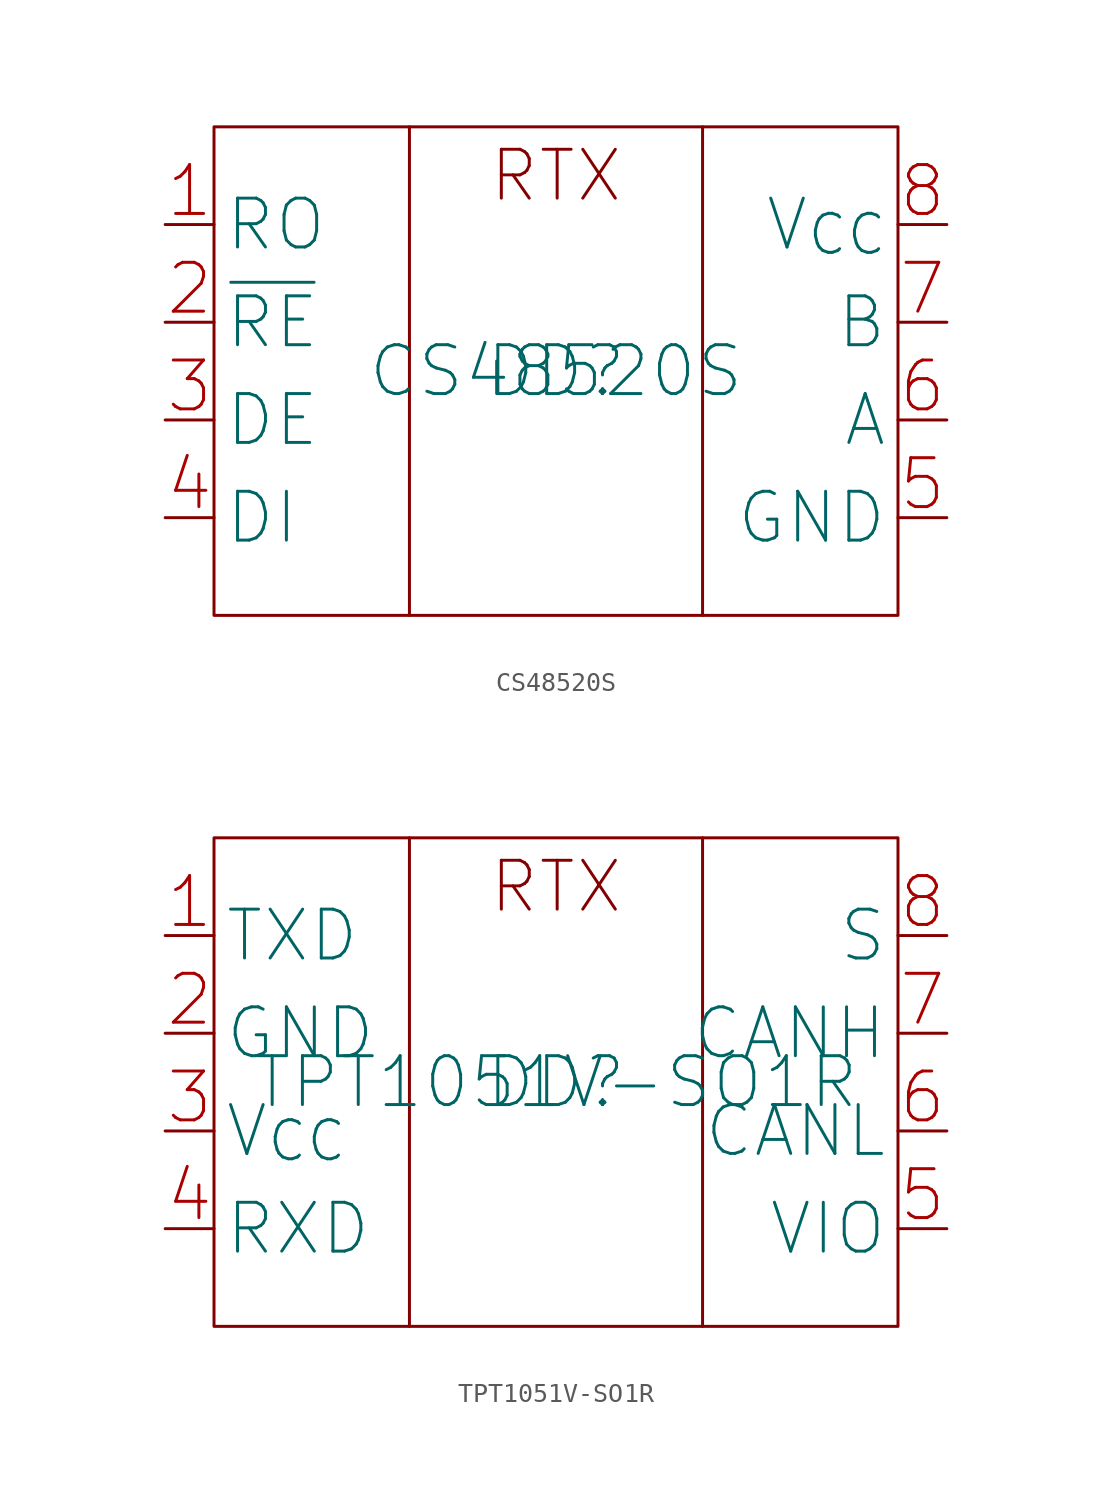
<source format=kicad_sym>
(kicad_symbol_lib
  (version 20220914)
  (generator kicad_symbol_editor)
  (symbol "CS48520S"
    (property "Reference" "DD"
      (at 0 0 0)
      (effects (font (size 2.5 2.5))))
    (property "Value" "CS48520S"
      (at 0 0 0)
      (effects (font (size 2.5 2.5))))
    (symbol "CS48520S_0_1"
      (rectangle (start -17.5 12.5) (end 17.5 -12.5) (stroke (width 0) (type default)) (fill (type none)))
      (polyline (pts (xy -7.5 12.5) (xy -7.5 -12.5)) (stroke (width 0) (type default)) (fill (type none)))
      (polyline (pts (xy 7.5 12.5) (xy 7.5 -12.5)) (stroke (width 0) (type default)) (fill (type none))))
    (symbol "CS48520S_1_1"
      (text "RTX" (at 0 10 0) (effects (font (size 2.5 2.5))))
      (pin input line (at -20 7.5 0) (length 2.5) (name "RO" (effects (font (size 2.5 2.5)))) (number "1" (effects (font (size 2.5 2.5)))))
      (pin input line (at -20 2.5 0) (length 2.5) (name "~{RE}" (effects (font (size 2.5 2.5)))) (number "2" (effects (font (size 2.5 2.5)))))
      (pin input line (at -20 -2.5 0) (length 2.5) (name "DE" (effects (font (size 2.5 2.5)))) (number "3" (effects (font (size 2.5 2.5)))))
      (pin input line (at -20 -7.5 0) (length 2.5) (name "DI" (effects (font (size 2.5 2.5)))) (number "4" (effects (font (size 2.5 2.5)))))
      (pin input line (at 20 -7.5 180) (length 2.5) (name "GND" (effects (font (size 2.5 2.5)))) (number "5" (effects (font (size 2.5 2.5)))))
      (pin input line (at 20 -2.5 180) (length 2.5) (name "A" (effects (font (size 2.5 2.5)))) (number "6" (effects (font (size 2.5 2.5)))))
      (pin input line (at 20 2.5 180) (length 2.5) (name "B" (effects (font (size 2.5 2.5)))) (number "7" (effects (font (size 2.5 2.5)))))
      (pin input line (at 20 7.5 180) (length 2.5) (name "V_{CC}" (effects (font (size 2.5 2.5)))) (number "8" (effects (font (size 2.5 2.5)))))))
  (symbol "TPT1051V-SO1R"
    (property "Reference" "DD"
      (at 0 0 0)
      (effects (font (size 2.5 2.5))))
    (property "Value" "TPT1051V-SO1R"
      (at 0 0 0)
      (effects (font (size 2.5 2.5))))
    (symbol "TPT1051V-SO1R_0_1"
      (rectangle (start -17.5 12.5) (end 17.5 -12.5) (stroke (width 0) (type default)) (fill (type none)))
      (polyline (pts (xy -7.5 12.5) (xy -7.5 -12.5)) (stroke (width 0) (type default)) (fill (type none)))
      (polyline (pts (xy 7.5 12.5) (xy 7.5 -12.5)) (stroke (width 0) (type default)) (fill (type none))))
    (symbol "TPT1051V-SO1R_1_1"
      (text "RTX" (at 0 10 0) (effects (font (size 2.5 2.5))))
      (pin input line (at -20 7.5 0) (length 2.5) (name "TXD" (effects (font (size 2.5 2.5)))) (number "1" (effects (font (size 2.5 2.5)))))
      (pin input line (at -20 2.5 0) (length 2.5) (name "GND" (effects (font (size 2.5 2.5)))) (number "2" (effects (font (size 2.5 2.5)))))
      (pin input line (at -20 -2.5 0) (length 2.5) (name "V_{CC}" (effects (font (size 2.5 2.5)))) (number "3" (effects (font (size 2.5 2.5)))))
      (pin input line (at -20 -7.5 0) (length 2.5) (name "RXD" (effects (font (size 2.5 2.5)))) (number "4" (effects (font (size 2.5 2.5)))))
      (pin input line (at 20 -7.5 180) (length 2.5) (name "VIO" (effects (font (size 2.5 2.5)))) (number "5" (effects (font (size 2.5 2.5)))))
      (pin input line (at 20 -2.5 180) (length 2.5) (name "CANL" (effects (font (size 2.5 2.5)))) (number "6" (effects (font (size 2.5 2.5)))))
      (pin input line (at 20 2.5 180) (length 2.5) (name "CANH" (effects (font (size 2.5 2.5)))) (number "7" (effects (font (size 2.5 2.5)))))
      (pin input line (at 20 7.5 180) (length 2.5) (name "S" (effects (font (size 2.5 2.5)))) (number "8" (effects (font (size 2.5 2.5))))))))
</source>
